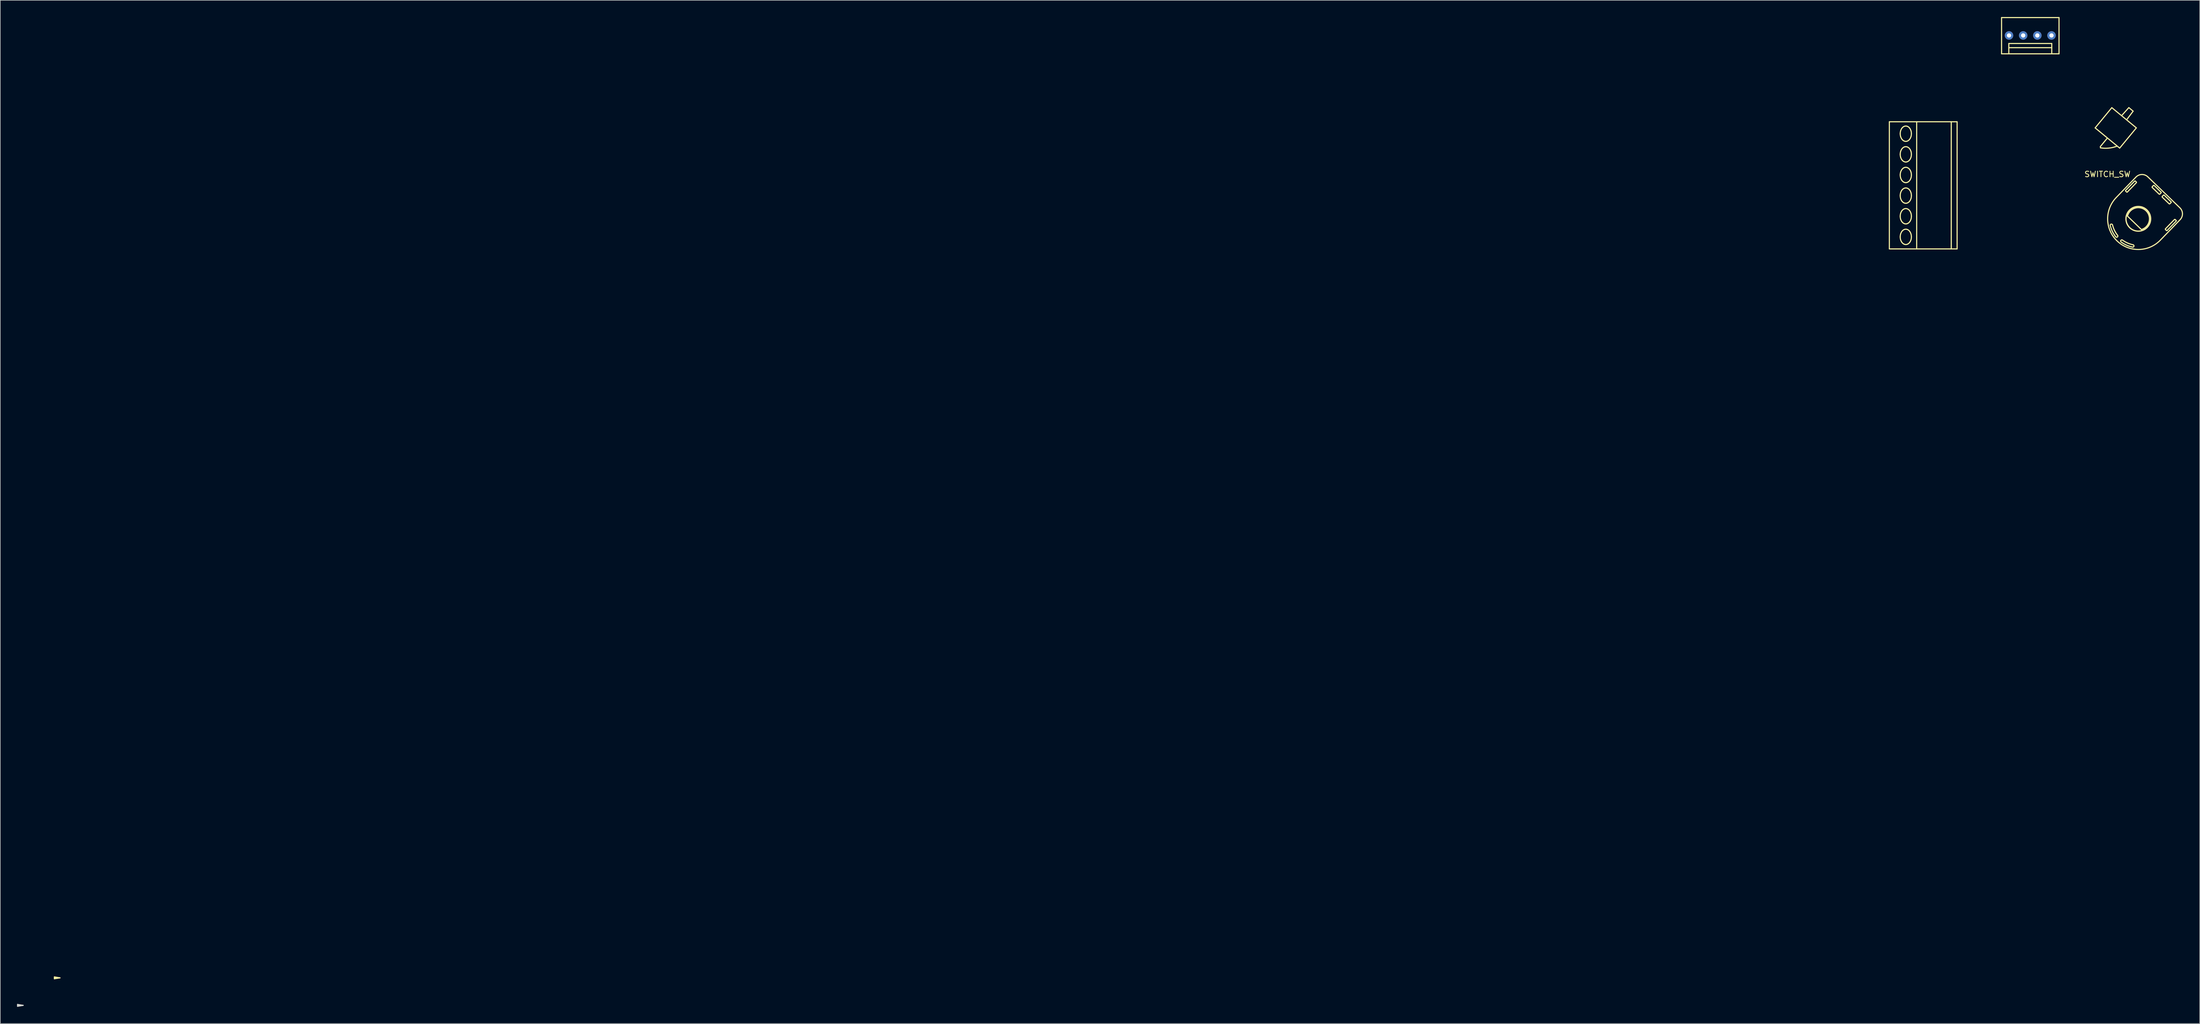
<source format=kicad_pcb>
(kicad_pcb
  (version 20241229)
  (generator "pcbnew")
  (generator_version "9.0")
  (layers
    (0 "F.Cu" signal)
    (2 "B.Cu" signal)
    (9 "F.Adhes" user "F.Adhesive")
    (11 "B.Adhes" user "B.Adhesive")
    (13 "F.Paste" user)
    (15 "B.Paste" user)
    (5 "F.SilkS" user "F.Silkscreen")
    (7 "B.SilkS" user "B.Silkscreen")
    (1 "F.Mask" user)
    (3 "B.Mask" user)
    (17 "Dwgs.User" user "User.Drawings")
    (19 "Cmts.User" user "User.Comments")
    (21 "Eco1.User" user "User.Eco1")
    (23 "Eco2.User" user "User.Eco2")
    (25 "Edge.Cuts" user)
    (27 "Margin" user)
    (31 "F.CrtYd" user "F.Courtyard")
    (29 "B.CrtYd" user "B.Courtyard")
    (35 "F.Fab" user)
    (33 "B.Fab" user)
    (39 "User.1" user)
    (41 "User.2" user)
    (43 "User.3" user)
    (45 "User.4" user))
  (footprint "SWITCH_SW"
    (layer "F.Cu")
    (at 374.867 27.69)
    (property "Reference" "SWITCH_SW" (at 0 0.5 0) (layer "F.SilkS") (effects (font (size 1 1) (thickness 0.15))))
    (attr through_hole)
    (fp_line (start -368.164 144.449) (end -368.164 144.782) (stroke (width 0.2) (type solid)) (layer "F.SilkS"))
    (fp_line (start -368.164 144.449) (end -367.164 144.616) (stroke (width 0.2) (type solid)) (layer "F.SilkS"))
    (fp_line (start -367.164 144.616) (end -368.164 144.616) (stroke (width 0.2) (type solid)) (layer "F.SilkS"))
    (fp_line (start -367.164 144.616) (end -368.164 144.782) (stroke (width 0.2) (type solid)) (layer "F.SilkS"))
    (fp_line (start -39.11 13.894) (end -39.11 -8.906) (stroke (width 0.2) (type solid)) (layer "F.SilkS"))
    (fp_line (start -39.11 13.894) (end -26.96 13.894) (stroke (width 0.2) (type solid)) (layer "F.SilkS"))
    (fp_line (start -39.11 -8.906) (end -26.96 -8.906) (stroke (width 0.2) (type solid)) (layer "F.SilkS"))
    (fp_line (start -34.21 13.894) (end -34.21 -8.906) (stroke (width 0.2) (type solid)) (layer "F.SilkS"))
    (fp_line (start -28.01 13.894) (end -28.01 -8.906) (stroke (width 0.2) (type solid)) (layer "F.SilkS"))
    (fp_line (start -26.96 13.894) (end -26.96 -8.906) (stroke (width 0.2) (type solid)) (layer "F.SilkS"))
    (fp_line (start -18.988 -21.09) (end -8.688 -21.09) (stroke (width 0.2) (type solid)) (layer "F.SilkS"))
    (fp_line (start -18.987 -27.59) (end -18.988 -21.09) (stroke (width 0.2) (type solid)) (layer "F.SilkS"))
    (fp_line (start -17.688 -21.09) (end -17.688 -22.94) (stroke (width 0.2) (type solid)) (layer "F.SilkS"))
    (fp_line (start -9.988 -21.09) (end -9.988 -22.94) (stroke (width 0.2) (type solid)) (layer "F.SilkS"))
    (fp_line (start -9.988 -22.19) (end -17.688 -22.19) (stroke (width 0.2) (type solid)) (layer "F.SilkS"))
    (fp_line (start -9.988 -22.94) (end -17.688 -22.94) (stroke (width 0.2) (type solid)) (layer "F.SilkS"))
    (fp_line (start -8.688 -21.09) (end -8.687 -27.59) (stroke (width 0.2) (type solid)) (layer "F.SilkS"))
    (fp_line (start -8.687 -27.59) (end -18.987 -27.59) (stroke (width 0.2) (type solid)) (layer "F.SilkS"))
    (fp_line (start -2.206 -7.806) (end 2.193 -4.182) (stroke (width 0.2) (type solid)) (layer "F.SilkS"))
    (fp_line (start -1.278 -4.451) (end -1.251 -4.229) (stroke (width 0.2) (type solid)) (layer "F.SilkS"))
    (fp_line (start -0.006 -5.994) (end -1.278 -4.451) (stroke (width 0.2) (type solid)) (layer "F.SilkS"))
    (fp_line (start 0.783 -11.434) (end -2.206 -7.806) (stroke (width 0.2) (type solid)) (layer "F.SilkS"))
    (fp_line (start 2.193 -4.182) (end 5.182 -7.809) (stroke (width 0.2) (type solid)) (layer "F.SilkS"))
    (fp_line (start 3.271 3.534) (end 3.433 3.691) (stroke (width 0.2) (type solid)) (layer "F.SilkS"))
    (fp_line (start 3.434 -9.249) (end 4.607 -10.806) (stroke (width 0.2) (type solid)) (layer "F.SilkS"))
    (fp_line (start 3.575 3.688) (end 5.172 2.034) (stroke (width 0.2) (type solid)) (layer "F.SilkS"))
    (fp_line (start 3.835 -11.442) (end 2.531 -9.993) (stroke (width 0.2) (type solid)) (layer "F.SilkS"))
    (fp_line (start 4.607 -10.806) (end 3.835 -11.442) (stroke (width 0.2) (type solid)) (layer "F.SilkS"))
    (fp_line (start 4.867 1.739) (end 3.269 3.393) (stroke (width 0.2) (type solid)) (layer "F.SilkS"))
    (fp_line (start 5.119 1.009) (end 1.576 4.678) (stroke (width 0.2) (type solid)) (layer "F.SilkS"))
    (fp_line (start 5.17 1.892) (end 5.008 1.736) (stroke (width 0.2) (type solid)) (layer "F.SilkS"))
    (fp_line (start 5.182 -7.809) (end 0.783 -11.434) (stroke (width 0.2) (type solid)) (layer "F.SilkS"))
    (fp_line (start 6.084 10.421) (end 3.592 8.015) (stroke (width 0.2) (type solid)) (layer "F.SilkS"))
    (fp_line (start 8.034 2.886) (end 9.257 4.066) (stroke (width 0.2) (type solid)) (layer "F.SilkS"))
    (fp_line (start 8.24 2.528) (end 8.031 2.744) (stroke (width 0.2) (type solid)) (layer "F.SilkS"))
    (fp_line (start 9.398 4.064) (end 9.606 3.848) (stroke (width 0.2) (type solid)) (layer "F.SilkS"))
    (fp_line (start 9.489 12.319) (end 13.032 8.651) (stroke (width 0.2) (type solid)) (layer "F.SilkS"))
    (fp_line (start 9.604 3.707) (end 8.381 2.526) (stroke (width 0.2) (type solid)) (layer "F.SilkS"))
    (fp_line (start 9.832 4.622) (end 11.055 5.803) (stroke (width 0.2) (type solid)) (layer "F.SilkS"))
    (fp_line (start 10.038 4.265) (end 9.83 4.481) (stroke (width 0.2) (type solid)) (layer "F.SilkS"))
    (fp_line (start 10.411 10.429) (end 10.573 10.585) (stroke (width 0.2) (type solid)) (layer "F.SilkS"))
    (fp_line (start 10.714 10.583) (end 12.312 8.928) (stroke (width 0.2) (type solid)) (layer "F.SilkS"))
    (fp_line (start 11.196 5.801) (end 11.405 5.585) (stroke (width 0.2) (type solid)) (layer "F.SilkS"))
    (fp_line (start 11.402 5.443) (end 10.179 4.263) (stroke (width 0.2) (type solid)) (layer "F.SilkS"))
    (fp_line (start 12.006 8.633) (end 10.408 10.288) (stroke (width 0.2) (type solid)) (layer "F.SilkS"))
    (fp_line (start 12.309 8.787) (end 12.147 8.631) (stroke (width 0.2) (type solid)) (layer "F.SilkS"))
    (fp_line (start 12.995 6.53) (end 7.24 0.972) (stroke (width 0.2) (type solid)) (layer "F.SilkS"))
    (fp_arc (start 0.499704 9.702574) (mid 0.65693 9.446464) (end 0.91304 9.60369) (stroke (width 0.2) (type solid)) (layer "F.SilkS"))
    (fp_arc (start 1.485259 11.723264) (mid 0.881422 10.767086) (end 0.499704 9.702574) (stroke (width 0.2) (type solid)) (layer "F.SilkS"))
    (fp_arc (start 1.755449 -4.542439) (mid 0.272833 -4.18601) (end -1.251426 -4.228731) (stroke (width 0.2) (type solid)) (layer "F.SilkS"))
    (fp_arc (start 1.817656 11.45843) (mid 1.263409 10.580779) (end 0.91304 9.60369) (stroke (width 0.2) (type solid)) (layer "F.SilkS"))
    (fp_arc (start 1.817657 11.458429) (mid 1.783875 11.757045) (end 1.485259 11.723263) (stroke (width 0.2) (type solid)) (layer "F.SilkS"))
    (fp_arc (start 2.451151 12.656015) (mid 2.406968 12.35876) (end 2.704223 12.314577) (stroke (width 0.2) (type solid)) (layer "F.SilkS"))
    (fp_arc (start 3.271352 3.534445) (mid 3.240833 3.464256) (end 3.268884 3.393045) (stroke (width 0.2) (type solid)) (layer "F.SilkS"))
    (fp_arc (start 3.574603 3.688275) (mid 3.504414 3.718794) (end 3.433203 3.690743) (stroke (width 0.2) (type solid)) (layer "F.SilkS"))
    (fp_arc (start 3.592093 8.014672) (mid 6.922 7.059839) (end 6.083956 10.42104) (stroke (width 0.2) (type solid)) (layer "F.SilkS"))
    (fp_arc (start 4.505003 13.57045) (mid 3.427818 13.226114) (end 2.45115 12.656014) (stroke (width 0.2) (type solid)) (layer "F.SilkS"))
    (fp_arc (start 4.589402 13.153914) (mid 3.600682 12.837857) (end 2.704223 12.314577) (stroke (width 0.2) (type solid)) (layer "F.SilkS"))
    (fp_arc (start 4.589403 13.153914) (mid 4.755471 13.404382) (end 4.505003 13.57045) (stroke (width 0.2) (type solid)) (layer "F.SilkS"))
    (fp_arc (start 4.866599 1.738565) (mid 4.936787 1.708046) (end 5.007998 1.736096) (stroke (width 0.2) (type solid)) (layer "F.SilkS"))
    (fp_arc (start 5.119074 1.009263) (mid 6.171905 0.551479) (end 7.240072 0.972241) (stroke (width 0.2) (type solid)) (layer "F.SilkS"))
    (fp_arc (start 5.16985 1.892394) (mid 5.200369 1.962583) (end 5.172318 2.033794) (stroke (width 0.2) (type solid)) (layer "F.SilkS"))
    (fp_arc (start 8.033723 2.885548) (mid 8.003204 2.815359) (end 8.031255 2.744148) (stroke (width 0.2) (type solid)) (layer "F.SilkS"))
    (fp_arc (start 8.239653 2.528346) (mid 8.309842 2.497827) (end 8.381053 2.525878) (stroke (width 0.2) (type solid)) (layer "F.SilkS"))
    (fp_arc (start 9.398 4.064) (mid 9.327811 4.094519) (end 9.2566 4.066468) (stroke (width 0.2) (type solid)) (layer "F.SilkS"))
    (fp_arc (start 9.489051 12.31914) (mid 1.71206 12.454885) (end 1.576315 4.677894) (stroke (width 0.2) (type solid)) (layer "F.SilkS"))
    (fp_arc (start 9.60393 3.706798) (mid 9.634449 3.776987) (end 9.606398 3.848198) (stroke (width 0.2) (type solid)) (layer "F.SilkS"))
    (fp_arc (start 9.832072 4.622195) (mid 9.801553 4.552006) (end 9.829604 4.480795) (stroke (width 0.2) (type solid)) (layer "F.SilkS"))
    (fp_arc (start 10.038002 4.264994) (mid 10.10819 4.234475) (end 10.179401 4.262525) (stroke (width 0.2) (type solid)) (layer "F.SilkS"))
    (fp_arc (start 10.410797 10.428932) (mid 10.380278 10.358744) (end 10.408328 10.287533) (stroke (width 0.2) (type solid)) (layer "F.SilkS"))
    (fp_arc (start 10.714048 10.582763) (mid 10.643859 10.613282) (end 10.572648 10.585231) (stroke (width 0.2) (type solid)) (layer "F.SilkS"))
    (fp_arc (start 11.196349 5.800646) (mid 11.12616 5.831165) (end 11.054949 5.803114) (stroke (width 0.2) (type solid)) (layer "F.SilkS"))
    (fp_arc (start 11.402278 5.443445) (mid 11.432797 5.513633) (end 11.404747 5.584844) (stroke (width 0.2) (type solid)) (layer "F.SilkS"))
    (fp_arc (start 12.006044 8.633051) (mid 12.076233 8.602533) (end 12.147443 8.630584) (stroke (width 0.2) (type solid)) (layer "F.SilkS"))
    (fp_arc (start 12.309295 8.786882) (mid 12.339814 8.857071) (end 12.311763 8.928282) (stroke (width 0.2) (type solid)) (layer "F.SilkS"))
    (fp_arc (start 12.994788 6.529511) (mid 13.452571 7.582342) (end 13.031809 8.650508) (stroke (width 0.2) (type solid)) (layer "F.SilkS"))
    (fp_circle (center 5.533 8.499) (end 7.733 8.499) (stroke (width 0.2) (type solid)) (fill no) (layer "F.SilkS"))
    (fp_circle (center 5.533 8.499) (end 7.758 8.499) (stroke (width 0.2) (type solid)) (fill no) (layer "F.SilkS"))
    (fp_curve (pts (xy -37.162 11.738) (xy -37.162 11.916) (xy -37.137 12.093) (xy -37.086 12.264)) (stroke (width 0.2) (type solid)) (layer "F.SilkS"))
    (fp_curve (pts (xy -37.162 8.038) (xy -37.162 8.216) (xy -37.137 8.393) (xy -37.086 8.564)) (stroke (width 0.2) (type solid)) (layer "F.SilkS"))
    (fp_curve (pts (xy -37.162 4.338) (xy -37.162 4.516) (xy -37.137 4.693) (xy -37.085 4.864)) (stroke (width 0.2) (type solid)) (layer "F.SilkS"))
    (fp_curve (pts (xy -37.162 0.638) (xy -37.162 0.816) (xy -37.137 0.993) (xy -37.085 1.164)) (stroke (width 0.2) (type solid)) (layer "F.SilkS"))
    (fp_curve (pts (xy -37.162 -3.062) (xy -37.162 -2.884) (xy -37.137 -2.707) (xy -37.085 -2.536)) (stroke (width 0.2) (type solid)) (layer "F.SilkS"))
    (fp_curve (pts (xy -37.162 -6.762) (xy -37.162 -6.584) (xy -37.137 -6.407) (xy -37.085 -6.236)) (stroke (width 0.2) (type solid)) (layer "F.SilkS"))
    (fp_curve (pts (xy -37.086 12.264) (xy -37.038 12.423) (xy -36.966 12.576) (xy -36.869 12.71)) (stroke (width 0.2) (type solid)) (layer "F.SilkS"))
    (fp_curve (pts (xy -37.086 11.212) (xy -37.137 11.382) (xy -37.162 11.56) (xy -37.162 11.738)) (stroke (width 0.2) (type solid)) (layer "F.SilkS"))
    (fp_curve (pts (xy -37.086 8.564) (xy -37.037 8.723) (xy -36.966 8.876) (xy -36.868 9.01)) (stroke (width 0.2) (type solid)) (layer "F.SilkS"))
    (fp_curve (pts (xy -37.086 7.512) (xy -37.137 7.682) (xy -37.162 7.86) (xy -37.162 8.038)) (stroke (width 0.2) (type solid)) (layer "F.SilkS"))
    (fp_curve (pts (xy -37.085 4.864) (xy -37.037 5.023) (xy -36.966 5.176) (xy -36.868 5.31)) (stroke (width 0.2) (type solid)) (layer "F.SilkS"))
    (fp_curve (pts (xy -37.085 3.812) (xy -37.137 3.982) (xy -37.162 4.16) (xy -37.162 4.338)) (stroke (width 0.2) (type solid)) (layer "F.SilkS"))
    (fp_curve (pts (xy -37.085 1.164) (xy -37.037 1.323) (xy -36.966 1.476) (xy -36.868 1.61)) (stroke (width 0.2) (type solid)) (layer "F.SilkS"))
    (fp_curve (pts (xy -37.085 0.112) (xy -37.137 0.282) (xy -37.162 0.46) (xy -37.162 0.638)) (stroke (width 0.2) (type solid)) (layer "F.SilkS"))
    (fp_curve (pts (xy -37.085 -2.536) (xy -37.037 -2.377) (xy -36.966 -2.224) (xy -36.868 -2.09)) (stroke (width 0.2) (type solid)) (layer "F.SilkS"))
    (fp_curve (pts (xy -37.085 -3.588) (xy -37.137 -3.418) (xy -37.162 -3.24) (xy -37.162 -3.062)) (stroke (width 0.2) (type solid)) (layer "F.SilkS"))
    (fp_curve (pts (xy -37.085 -6.236) (xy -37.037 -6.077) (xy -36.966 -5.924) (xy -36.868 -5.79)) (stroke (width 0.2) (type solid)) (layer "F.SilkS"))
    (fp_curve (pts (xy -37.085 -7.288) (xy -37.137 -7.118) (xy -37.162 -6.94) (xy -37.162 -6.762)) (stroke (width 0.2) (type solid)) (layer "F.SilkS"))
    (fp_curve (pts (xy -36.869 12.71) (xy -36.824 12.772) (xy -36.773 12.829) (xy -36.717 12.881)) (stroke (width 0.2) (type solid)) (layer "F.SilkS"))
    (fp_curve (pts (xy -36.869 10.766) (xy -36.966 10.899) (xy -37.037 11.052) (xy -37.086 11.212)) (stroke (width 0.2) (type solid)) (layer "F.SilkS"))
    (fp_curve (pts (xy -36.868 9.01) (xy -36.824 9.072) (xy -36.773 9.129) (xy -36.717 9.181)) (stroke (width 0.2) (type solid)) (layer "F.SilkS"))
    (fp_curve (pts (xy -36.868 7.066) (xy -36.966 7.199) (xy -37.037 7.352) (xy -37.086 7.512)) (stroke (width 0.2) (type solid)) (layer "F.SilkS"))
    (fp_curve (pts (xy -36.868 5.31) (xy -36.823 5.372) (xy -36.773 5.429) (xy -36.717 5.481)) (stroke (width 0.2) (type solid)) (layer "F.SilkS"))
    (fp_curve (pts (xy -36.868 3.366) (xy -36.966 3.499) (xy -37.037 3.652) (xy -37.085 3.812)) (stroke (width 0.2) (type solid)) (layer "F.SilkS"))
    (fp_curve (pts (xy -36.868 1.61) (xy -36.823 1.672) (xy -36.773 1.729) (xy -36.717 1.781)) (stroke (width 0.2) (type solid)) (layer "F.SilkS"))
    (fp_curve (pts (xy -36.868 -0.334) (xy -36.966 -0.201) (xy -37.037 -0.048) (xy -37.085 0.112)) (stroke (width 0.2) (type solid)) (layer "F.SilkS"))
    (fp_curve (pts (xy -36.868 -2.09) (xy -36.823 -2.028) (xy -36.773 -1.971) (xy -36.717 -1.919)) (stroke (width 0.2) (type solid)) (layer "F.SilkS"))
    (fp_curve (pts (xy -36.868 -4.034) (xy -36.966 -3.901) (xy -37.037 -3.748) (xy -37.085 -3.588)) (stroke (width 0.2) (type solid)) (layer "F.SilkS"))
    (fp_curve (pts (xy -36.868 -5.79) (xy -36.823 -5.728) (xy -36.773 -5.671) (xy -36.717 -5.619)) (stroke (width 0.2) (type solid)) (layer "F.SilkS"))
    (fp_curve (pts (xy -36.868 -7.734) (xy -36.966 -7.601) (xy -37.037 -7.448) (xy -37.085 -7.288)) (stroke (width 0.2) (type solid)) (layer "F.SilkS"))
    (fp_curve (pts (xy -36.717 12.881) (xy -36.664 12.93) (xy -36.606 12.973) (xy -36.544 13.008)) (stroke (width 0.2) (type solid)) (layer "F.SilkS"))
    (fp_curve (pts (xy -36.717 10.595) (xy -36.773 10.646) (xy -36.824 10.704) (xy -36.869 10.766)) (stroke (width 0.2) (type solid)) (layer "F.SilkS"))
    (fp_curve (pts (xy -36.717 9.181) (xy -36.664 9.23) (xy -36.606 9.273) (xy -36.544 9.308)) (stroke (width 0.2) (type solid)) (layer "F.SilkS"))
    (fp_curve (pts (xy -36.717 6.895) (xy -36.773 6.946) (xy -36.824 7.004) (xy -36.868 7.066)) (stroke (width 0.2) (type solid)) (layer "F.SilkS"))
    (fp_curve (pts (xy -36.717 5.481) (xy -36.664 5.53) (xy -36.606 5.573) (xy -36.544 5.608)) (stroke (width 0.2) (type solid)) (layer "F.SilkS"))
    (fp_curve (pts (xy -36.717 3.195) (xy -36.773 3.246) (xy -36.823 3.304) (xy -36.868 3.366)) (stroke (width 0.2) (type solid)) (layer "F.SilkS"))
    (fp_curve (pts (xy -36.717 1.781) (xy -36.664 1.83) (xy -36.606 1.873) (xy -36.544 1.908)) (stroke (width 0.2) (type solid)) (layer "F.SilkS"))
    (fp_curve (pts (xy -36.717 -0.505) (xy -36.773 -0.454) (xy -36.823 -0.396) (xy -36.868 -0.334)) (stroke (width 0.2) (type solid)) (layer "F.SilkS"))
    (fp_curve (pts (xy -36.717 -1.919) (xy -36.664 -1.87) (xy -36.606 -1.827) (xy -36.544 -1.792)) (stroke (width 0.2) (type solid)) (layer "F.SilkS"))
    (fp_curve (pts (xy -36.717 -4.205) (xy -36.773 -4.154) (xy -36.823 -4.096) (xy -36.868 -4.034)) (stroke (width 0.2) (type solid)) (layer "F.SilkS"))
    (fp_curve (pts (xy -36.717 -5.619) (xy -36.664 -5.57) (xy -36.606 -5.527) (xy -36.543 -5.492)) (stroke (width 0.2) (type solid)) (layer "F.SilkS"))
    (fp_curve (pts (xy -36.717 -7.905) (xy -36.773 -7.854) (xy -36.823 -7.796) (xy -36.868 -7.734)) (stroke (width 0.2) (type solid)) (layer "F.SilkS"))
    (fp_curve (pts (xy -36.544 13.008) (xy -36.485 13.042) (xy -36.422 13.068) (xy -36.356 13.086)) (stroke (width 0.2) (type solid)) (layer "F.SilkS"))
    (fp_curve (pts (xy -36.544 10.467) (xy -36.606 10.503) (xy -36.664 10.546) (xy -36.717 10.595)) (stroke (width 0.2) (type solid)) (layer "F.SilkS"))
    (fp_curve (pts (xy -36.544 9.308) (xy -36.485 9.342) (xy -36.421 9.368) (xy -36.356 9.386)) (stroke (width 0.2) (type solid)) (layer "F.SilkS"))
    (fp_curve (pts (xy -36.544 6.767) (xy -36.606 6.803) (xy -36.664 6.846) (xy -36.717 6.895)) (stroke (width 0.2) (type solid)) (layer "F.SilkS"))
    (fp_curve (pts (xy -36.544 5.608) (xy -36.485 5.642) (xy -36.421 5.668) (xy -36.356 5.686)) (stroke (width 0.2) (type solid)) (layer "F.SilkS"))
    (fp_curve (pts (xy -36.544 3.067) (xy -36.606 3.103) (xy -36.664 3.146) (xy -36.717 3.195)) (stroke (width 0.2) (type solid)) (layer "F.SilkS"))
    (fp_curve (pts (xy -36.544 1.908) (xy -36.484 1.942) (xy -36.421 1.968) (xy -36.356 1.986)) (stroke (width 0.2) (type solid)) (layer "F.SilkS"))
    (fp_curve (pts (xy -36.544 -0.633) (xy -36.606 -0.597) (xy -36.664 -0.554) (xy -36.717 -0.505)) (stroke (width 0.2) (type solid)) (layer "F.SilkS"))
    (fp_curve (pts (xy -36.544 -1.792) (xy -36.484 -1.758) (xy -36.421 -1.732) (xy -36.356 -1.714)) (stroke (width 0.2) (type solid)) (layer "F.SilkS"))
    (fp_curve (pts (xy -36.544 -4.333) (xy -36.606 -4.297) (xy -36.664 -4.254) (xy -36.717 -4.205)) (stroke (width 0.2) (type solid)) (layer "F.SilkS"))
    (fp_curve (pts (xy -36.543 -5.492) (xy -36.484 -5.458) (xy -36.421 -5.432) (xy -36.356 -5.414)) (stroke (width 0.2) (type solid)) (layer "F.SilkS"))
    (fp_curve (pts (xy -36.543 -8.033) (xy -36.606 -7.997) (xy -36.664 -7.954) (xy -36.717 -7.905)) (stroke (width 0.2) (type solid)) (layer "F.SilkS"))
    (fp_curve (pts (xy -36.356 13.086) (xy -36.292 13.104) (xy -36.226 13.113) (xy -36.161 13.113)) (stroke (width 0.2) (type solid)) (layer "F.SilkS"))
    (fp_curve (pts (xy -36.356 10.389) (xy -36.421 10.407) (xy -36.485 10.434) (xy -36.544 10.467)) (stroke (width 0.2) (type solid)) (layer "F.SilkS"))
    (fp_curve (pts (xy -36.356 9.386) (xy -36.292 9.404) (xy -36.226 9.413) (xy -36.16 9.413)) (stroke (width 0.2) (type solid)) (layer "F.SilkS"))
    (fp_curve (pts (xy -36.356 6.689) (xy -36.421 6.707) (xy -36.485 6.734) (xy -36.544 6.767)) (stroke (width 0.2) (type solid)) (layer "F.SilkS"))
    (fp_curve (pts (xy -36.356 5.686) (xy -36.292 5.704) (xy -36.226 5.713) (xy -36.16 5.713)) (stroke (width 0.2) (type solid)) (layer "F.SilkS"))
    (fp_curve (pts (xy -36.356 2.989) (xy -36.421 3.007) (xy -36.484 3.034) (xy -36.544 3.067)) (stroke (width 0.2) (type solid)) (layer "F.SilkS"))
    (fp_curve (pts (xy -36.356 1.986) (xy -36.292 2.004) (xy -36.226 2.013) (xy -36.16 2.013)) (stroke (width 0.2) (type solid)) (layer "F.SilkS"))
    (fp_curve (pts (xy -36.356 -0.711) (xy -36.421 -0.693) (xy -36.484 -0.666) (xy -36.544 -0.633)) (stroke (width 0.2) (type solid)) (layer "F.SilkS"))
    (fp_curve (pts (xy -36.356 -1.714) (xy -36.292 -1.696) (xy -36.226 -1.687) (xy -36.16 -1.687)) (stroke (width 0.2) (type solid)) (layer "F.SilkS"))
    (fp_curve (pts (xy -36.356 -4.411) (xy -36.421 -4.393) (xy -36.484 -4.366) (xy -36.544 -4.333)) (stroke (width 0.2) (type solid)) (layer "F.SilkS"))
    (fp_curve (pts (xy -36.356 -5.414) (xy -36.292 -5.396) (xy -36.226 -5.387) (xy -36.16 -5.387)) (stroke (width 0.2) (type solid)) (layer "F.SilkS"))
    (fp_curve (pts (xy -36.356 -8.111) (xy -36.421 -8.093) (xy -36.484 -8.066) (xy -36.543 -8.033)) (stroke (width 0.2) (type solid)) (layer "F.SilkS"))
    (fp_curve (pts (xy -36.161 13.113) (xy -36.095 13.113) (xy -36.029 13.104) (xy -35.965 13.086)) (stroke (width 0.2) (type solid)) (layer "F.SilkS"))
    (fp_curve (pts (xy -36.16 10.363) (xy -36.226 10.363) (xy -36.292 10.372) (xy -36.356 10.389)) (stroke (width 0.2) (type solid)) (layer "F.SilkS"))
    (fp_curve (pts (xy -36.16 9.413) (xy -36.095 9.413) (xy -36.029 9.404) (xy -35.965 9.386)) (stroke (width 0.2) (type solid)) (layer "F.SilkS"))
    (fp_curve (pts (xy -36.16 6.663) (xy -36.226 6.663) (xy -36.292 6.672) (xy -36.356 6.689)) (stroke (width 0.2) (type solid)) (layer "F.SilkS"))
    (fp_curve (pts (xy -36.16 5.713) (xy -36.095 5.713) (xy -36.029 5.704) (xy -35.965 5.686)) (stroke (width 0.2) (type solid)) (layer "F.SilkS"))
    (fp_curve (pts (xy -36.16 2.963) (xy -36.226 2.963) (xy -36.292 2.972) (xy -36.356 2.989)) (stroke (width 0.2) (type solid)) (layer "F.SilkS"))
    (fp_curve (pts (xy -36.16 2.013) (xy -36.095 2.013) (xy -36.029 2.004) (xy -35.965 1.986)) (stroke (width 0.2) (type solid)) (layer "F.SilkS"))
    (fp_curve (pts (xy -36.16 -0.737) (xy -36.226 -0.737) (xy -36.292 -0.728) (xy -36.356 -0.711)) (stroke (width 0.2) (type solid)) (layer "F.SilkS"))
    (fp_curve (pts (xy -36.16 -1.687) (xy -36.095 -1.687) (xy -36.029 -1.696) (xy -35.965 -1.714)) (stroke (width 0.2) (type solid)) (layer "F.SilkS"))
    (fp_curve (pts (xy -36.16 -4.437) (xy -36.226 -4.437) (xy -36.292 -4.428) (xy -36.356 -4.411)) (stroke (width 0.2) (type solid)) (layer "F.SilkS"))
    (fp_curve (pts (xy -36.16 -5.387) (xy -36.095 -5.387) (xy -36.029 -5.396) (xy -35.965 -5.414)) (stroke (width 0.2) (type solid)) (layer "F.SilkS"))
    (fp_curve (pts (xy -36.16 -8.137) (xy -36.226 -8.137) (xy -36.292 -8.128) (xy -36.356 -8.111)) (stroke (width 0.2) (type solid)) (layer "F.SilkS"))
    (fp_curve (pts (xy -35.965 13.086) (xy -35.9 13.068) (xy -35.836 13.042) (xy -35.777 13.008)) (stroke (width 0.2) (type solid)) (layer "F.SilkS"))
    (fp_curve (pts (xy -35.965 10.389) (xy -36.029 10.372) (xy -36.095 10.363) (xy -36.16 10.363)) (stroke (width 0.2) (type solid)) (layer "F.SilkS"))
    (fp_curve (pts (xy -35.965 9.386) (xy -35.899 9.368) (xy -35.836 9.342) (xy -35.777 9.308)) (stroke (width 0.2) (type solid)) (layer "F.SilkS"))
    (fp_curve (pts (xy -35.965 6.689) (xy -36.029 6.672) (xy -36.095 6.663) (xy -36.16 6.663)) (stroke (width 0.2) (type solid)) (layer "F.SilkS"))
    (fp_curve (pts (xy -35.965 5.686) (xy -35.899 5.668) (xy -35.836 5.642) (xy -35.777 5.608)) (stroke (width 0.2) (type solid)) (layer "F.SilkS"))
    (fp_curve (pts (xy -35.965 2.989) (xy -36.029 2.972) (xy -36.095 2.963) (xy -36.16 2.963)) (stroke (width 0.2) (type solid)) (layer "F.SilkS"))
    (fp_curve (pts (xy -35.965 1.986) (xy -35.899 1.968) (xy -35.836 1.942) (xy -35.777 1.908)) (stroke (width 0.2) (type solid)) (layer "F.SilkS"))
    (fp_curve (pts (xy -35.965 -0.711) (xy -36.029 -0.728) (xy -36.095 -0.737) (xy -36.16 -0.737)) (stroke (width 0.2) (type solid)) (layer "F.SilkS"))
    (fp_curve (pts (xy -35.965 -1.714) (xy -35.899 -1.732) (xy -35.836 -1.758) (xy -35.777 -1.792)) (stroke (width 0.2) (type solid)) (layer "F.SilkS"))
    (fp_curve (pts (xy -35.965 -4.411) (xy -36.029 -4.428) (xy -36.095 -4.437) (xy -36.16 -4.437)) (stroke (width 0.2) (type solid)) (layer "F.SilkS"))
    (fp_curve (pts (xy -35.965 -5.414) (xy -35.899 -5.432) (xy -35.836 -5.458) (xy -35.777 -5.492)) (stroke (width 0.2) (type solid)) (layer "F.SilkS"))
    (fp_curve (pts (xy -35.965 -8.111) (xy -36.029 -8.128) (xy -36.095 -8.137) (xy -36.16 -8.137)) (stroke (width 0.2) (type solid)) (layer "F.SilkS"))
    (fp_curve (pts (xy -35.777 13.008) (xy -35.715 12.973) (xy -35.657 12.93) (xy -35.604 12.881)) (stroke (width 0.2) (type solid)) (layer "F.SilkS"))
    (fp_curve (pts (xy -35.777 10.467) (xy -35.836 10.434) (xy -35.9 10.407) (xy -35.965 10.389)) (stroke (width 0.2) (type solid)) (layer "F.SilkS"))
    (fp_curve (pts (xy -35.777 9.308) (xy -35.715 9.273) (xy -35.657 9.23) (xy -35.604 9.181)) (stroke (width 0.2) (type solid)) (layer "F.SilkS"))
    (fp_curve (pts (xy -35.777 6.767) (xy -35.836 6.734) (xy -35.899 6.707) (xy -35.965 6.689)) (stroke (width 0.2) (type solid)) (layer "F.SilkS"))
    (fp_curve (pts (xy -35.777 5.608) (xy -35.715 5.573) (xy -35.657 5.53) (xy -35.604 5.481)) (stroke (width 0.2) (type solid)) (layer "F.SilkS"))
    (fp_curve (pts (xy -35.777 3.067) (xy -35.836 3.034) (xy -35.899 3.007) (xy -35.965 2.989)) (stroke (width 0.2) (type solid)) (layer "F.SilkS"))
    (fp_curve (pts (xy -35.777 1.908) (xy -35.715 1.873) (xy -35.657 1.83) (xy -35.604 1.781)) (stroke (width 0.2) (type solid)) (layer "F.SilkS"))
    (fp_curve (pts (xy -35.777 -0.633) (xy -35.836 -0.666) (xy -35.899 -0.693) (xy -35.965 -0.711)) (stroke (width 0.2) (type solid)) (layer "F.SilkS"))
    (fp_curve (pts (xy -35.777 -1.792) (xy -35.715 -1.827) (xy -35.657 -1.87) (xy -35.604 -1.919)) (stroke (width 0.2) (type solid)) (layer "F.SilkS"))
    (fp_curve (pts (xy -35.777 -4.333) (xy -35.836 -4.366) (xy -35.899 -4.393) (xy -35.965 -4.411)) (stroke (width 0.2) (type solid)) (layer "F.SilkS"))
    (fp_curve (pts (xy -35.777 -5.492) (xy -35.715 -5.527) (xy -35.657 -5.57) (xy -35.604 -5.619)) (stroke (width 0.2) (type solid)) (layer "F.SilkS"))
    (fp_curve (pts (xy -35.777 -8.033) (xy -35.836 -8.066) (xy -35.899 -8.093) (xy -35.965 -8.111)) (stroke (width 0.2) (type solid)) (layer "F.SilkS"))
    (fp_curve (pts (xy -35.604 12.881) (xy -35.548 12.829) (xy -35.497 12.772) (xy -35.453 12.71)) (stroke (width 0.2) (type solid)) (layer "F.SilkS"))
    (fp_curve (pts (xy -35.604 10.595) (xy -35.657 10.546) (xy -35.715 10.503) (xy -35.777 10.467)) (stroke (width 0.2) (type solid)) (layer "F.SilkS"))
    (fp_curve (pts (xy -35.604 9.181) (xy -35.548 9.129) (xy -35.497 9.072) (xy -35.452 9.01)) (stroke (width 0.2) (type solid)) (layer "F.SilkS"))
    (fp_curve (pts (xy -35.604 6.895) (xy -35.657 6.846) (xy -35.715 6.803) (xy -35.777 6.767)) (stroke (width 0.2) (type solid)) (layer "F.SilkS"))
    (fp_curve (pts (xy -35.604 5.481) (xy -35.548 5.429) (xy -35.497 5.372) (xy -35.452 5.31)) (stroke (width 0.2) (type solid)) (layer "F.SilkS"))
    (fp_curve (pts (xy -35.604 3.195) (xy -35.657 3.146) (xy -35.715 3.103) (xy -35.777 3.067)) (stroke (width 0.2) (type solid)) (layer "F.SilkS"))
    (fp_curve (pts (xy -35.604 1.781) (xy -35.548 1.729) (xy -35.497 1.672) (xy -35.452 1.61)) (stroke (width 0.2) (type solid)) (layer "F.SilkS"))
    (fp_curve (pts (xy -35.604 -0.505) (xy -35.657 -0.554) (xy -35.715 -0.597) (xy -35.777 -0.633)) (stroke (width 0.2) (type solid)) (layer "F.SilkS"))
    (fp_curve (pts (xy -35.604 -1.919) (xy -35.548 -1.971) (xy -35.497 -2.028) (xy -35.452 -2.09)) (stroke (width 0.2) (type solid)) (layer "F.SilkS"))
    (fp_curve (pts (xy -35.604 -4.205) (xy -35.657 -4.254) (xy -35.715 -4.297) (xy -35.777 -4.333)) (stroke (width 0.2) (type solid)) (layer "F.SilkS"))
    (fp_curve (pts (xy -35.604 -5.619) (xy -35.548 -5.671) (xy -35.497 -5.728) (xy -35.452 -5.79)) (stroke (width 0.2) (type solid)) (layer "F.SilkS"))
    (fp_curve (pts (xy -35.604 -7.905) (xy -35.657 -7.954) (xy -35.715 -7.997) (xy -35.777 -8.033)) (stroke (width 0.2) (type solid)) (layer "F.SilkS"))
    (fp_curve (pts (xy -35.453 12.71) (xy -35.355 12.576) (xy -35.284 12.423) (xy -35.235 12.264)) (stroke (width 0.2) (type solid)) (layer "F.SilkS"))
    (fp_curve (pts (xy -35.452 10.766) (xy -35.497 10.704) (xy -35.548 10.646) (xy -35.604 10.595)) (stroke (width 0.2) (type solid)) (layer "F.SilkS"))
    (fp_curve (pts (xy -35.452 9.01) (xy -35.355 8.876) (xy -35.283 8.723) (xy -35.235 8.564)) (stroke (width 0.2) (type solid)) (layer "F.SilkS"))
    (fp_curve (pts (xy -35.452 7.066) (xy -35.497 7.004) (xy -35.548 6.946) (xy -35.604 6.895)) (stroke (width 0.2) (type solid)) (layer "F.SilkS"))
    (fp_curve (pts (xy -35.452 5.31) (xy -35.355 5.176) (xy -35.283 5.023) (xy -35.235 4.864)) (stroke (width 0.2) (type solid)) (layer "F.SilkS"))
    (fp_curve (pts (xy -35.452 3.366) (xy -35.497 3.304) (xy -35.548 3.246) (xy -35.604 3.195)) (stroke (width 0.2) (type solid)) (layer "F.SilkS"))
    (fp_curve (pts (xy -35.452 1.61) (xy -35.355 1.476) (xy -35.283 1.323) (xy -35.235 1.164)) (stroke (width 0.2) (type solid)) (layer "F.SilkS"))
    (fp_curve (pts (xy -35.452 -0.334) (xy -35.497 -0.396) (xy -35.548 -0.454) (xy -35.604 -0.505)) (stroke (width 0.2) (type solid)) (layer "F.SilkS"))
    (fp_curve (pts (xy -35.452 -2.09) (xy -35.355 -2.224) (xy -35.283 -2.377) (xy -35.235 -2.536)) (stroke (width 0.2) (type solid)) (layer "F.SilkS"))
    (fp_curve (pts (xy -35.452 -4.034) (xy -35.497 -4.096) (xy -35.548 -4.154) (xy -35.604 -4.205)) (stroke (width 0.2) (type solid)) (layer "F.SilkS"))
    (fp_curve (pts (xy -35.452 -5.79) (xy -35.355 -5.924) (xy -35.283 -6.077) (xy -35.235 -6.236)) (stroke (width 0.2) (type solid)) (layer "F.SilkS"))
    (fp_curve (pts (xy -35.452 -7.734) (xy -35.497 -7.796) (xy -35.548 -7.854) (xy -35.604 -7.905)) (stroke (width 0.2) (type solid)) (layer "F.SilkS"))
    (fp_curve (pts (xy -35.235 12.264) (xy -35.184 12.093) (xy -35.159 11.916) (xy -35.159 11.738)) (stroke (width 0.2) (type solid)) (layer "F.SilkS"))
    (fp_curve (pts (xy -35.235 11.212) (xy -35.284 11.052) (xy -35.355 10.899) (xy -35.452 10.766)) (stroke (width 0.2) (type solid)) (layer "F.SilkS"))
    (fp_curve (pts (xy -35.235 8.564) (xy -35.184 8.393) (xy -35.159 8.216) (xy -35.159 8.038)) (stroke (width 0.2) (type solid)) (layer "F.SilkS"))
    (fp_curve (pts (xy -35.235 7.512) (xy -35.283 7.352) (xy -35.355 7.199) (xy -35.452 7.066)) (stroke (width 0.2) (type solid)) (layer "F.SilkS"))
    (fp_curve (pts (xy -35.235 4.864) (xy -35.184 4.693) (xy -35.159 4.516) (xy -35.159 4.338)) (stroke (width 0.2) (type solid)) (layer "F.SilkS"))
    (fp_curve (pts (xy -35.235 3.812) (xy -35.283 3.652) (xy -35.355 3.499) (xy -35.452 3.366)) (stroke (width 0.2) (type solid)) (layer "F.SilkS"))
    (fp_curve (pts (xy -35.235 1.164) (xy -35.184 0.993) (xy -35.159 0.816) (xy -35.159 0.638)) (stroke (width 0.2) (type solid)) (layer "F.SilkS"))
    (fp_curve (pts (xy -35.235 0.112) (xy -35.283 -0.048) (xy -35.355 -0.201) (xy -35.452 -0.334)) (stroke (width 0.2) (type solid)) (layer "F.SilkS"))
    (fp_curve (pts (xy -35.235 -2.536) (xy -35.184 -2.707) (xy -35.159 -2.884) (xy -35.159 -3.062)) (stroke (width 0.2) (type solid)) (layer "F.SilkS"))
    (fp_curve (pts (xy -35.235 -3.588) (xy -35.283 -3.748) (xy -35.355 -3.901) (xy -35.452 -4.034)) (stroke (width 0.2) (type solid)) (layer "F.SilkS"))
    (fp_curve (pts (xy -35.235 -6.236) (xy -35.184 -6.407) (xy -35.159 -6.584) (xy -35.159 -6.762)) (stroke (width 0.2) (type solid)) (layer "F.SilkS"))
    (fp_curve (pts (xy -35.235 -7.288) (xy -35.283 -7.448) (xy -35.355 -7.601) (xy -35.452 -7.734)) (stroke (width 0.2) (type solid)) (layer "F.SilkS"))
    (fp_curve (pts (xy -35.159 11.738) (xy -35.159 11.56) (xy -35.184 11.382) (xy -35.235 11.212)) (stroke (width 0.2) (type solid)) (layer "F.SilkS"))
    (fp_curve (pts (xy -35.159 8.038) (xy -35.159 7.86) (xy -35.184 7.682) (xy -35.235 7.512)) (stroke (width 0.2) (type solid)) (layer "F.SilkS"))
    (fp_curve (pts (xy -35.159 4.338) (xy -35.159 4.16) (xy -35.184 3.982) (xy -35.235 3.812)) (stroke (width 0.2) (type solid)) (layer "F.SilkS"))
    (fp_curve (pts (xy -35.159 0.638) (xy -35.159 0.46) (xy -35.184 0.282) (xy -35.235 0.112)) (stroke (width 0.2) (type solid)) (layer "F.SilkS"))
    (fp_curve (pts (xy -35.159 -3.062) (xy -35.159 -3.24) (xy -35.184 -3.418) (xy -35.235 -3.588)) (stroke (width 0.2) (type solid)) (layer "F.SilkS"))
    (fp_curve (pts (xy -35.159 -6.762) (xy -35.159 -6.94) (xy -35.184 -7.118) (xy -35.235 -7.288)) (stroke (width 0.2) (type solid)) (layer "F.SilkS"))
    (fp_line (start -374.767 149.381) (end -374.767 149.714) (stroke (width 0.2) (type solid)) (layer "Edge.Cuts"))
    (fp_line (start -374.767 149.381) (end -373.767 149.548) (stroke (width 0.2) (type solid)) (layer "Edge.Cuts"))
    (fp_line (start -373.767 149.548) (end -374.767 149.548) (stroke (width 0.2) (type solid)) (layer "Edge.Cuts"))
    (fp_line (start -373.767 149.548) (end -374.767 149.714) (stroke (width 0.2) (type solid)) (layer "Edge.Cuts"))
    (pad "1" thru_hole circle (at -17.653 -24.384) (size 1.524 1.524) (drill 0.762) (layers "*.Cu" "*.Mask"))
    (pad "2" thru_hole circle (at -15.113 -24.384) (size 1.524 1.524) (drill 0.762) (layers "*.Cu" "*.Mask"))
    (pad "3" thru_hole circle (at -12.573 -24.384) (size 1.524 1.524) (drill 0.762) (layers "*.Cu" "*.Mask"))
    (pad "4" thru_hole circle (at -10.033 -24.384) (size 1.524 1.524) (drill 0.762) (layers "*.Cu" "*.Mask")))
  (gr_rect
    (start -3 -3)
    (end 391.419 180.504)
    (stroke (width 0.1) (type default))
    (fill no)
    (layer "Edge.Cuts")))
</source>
